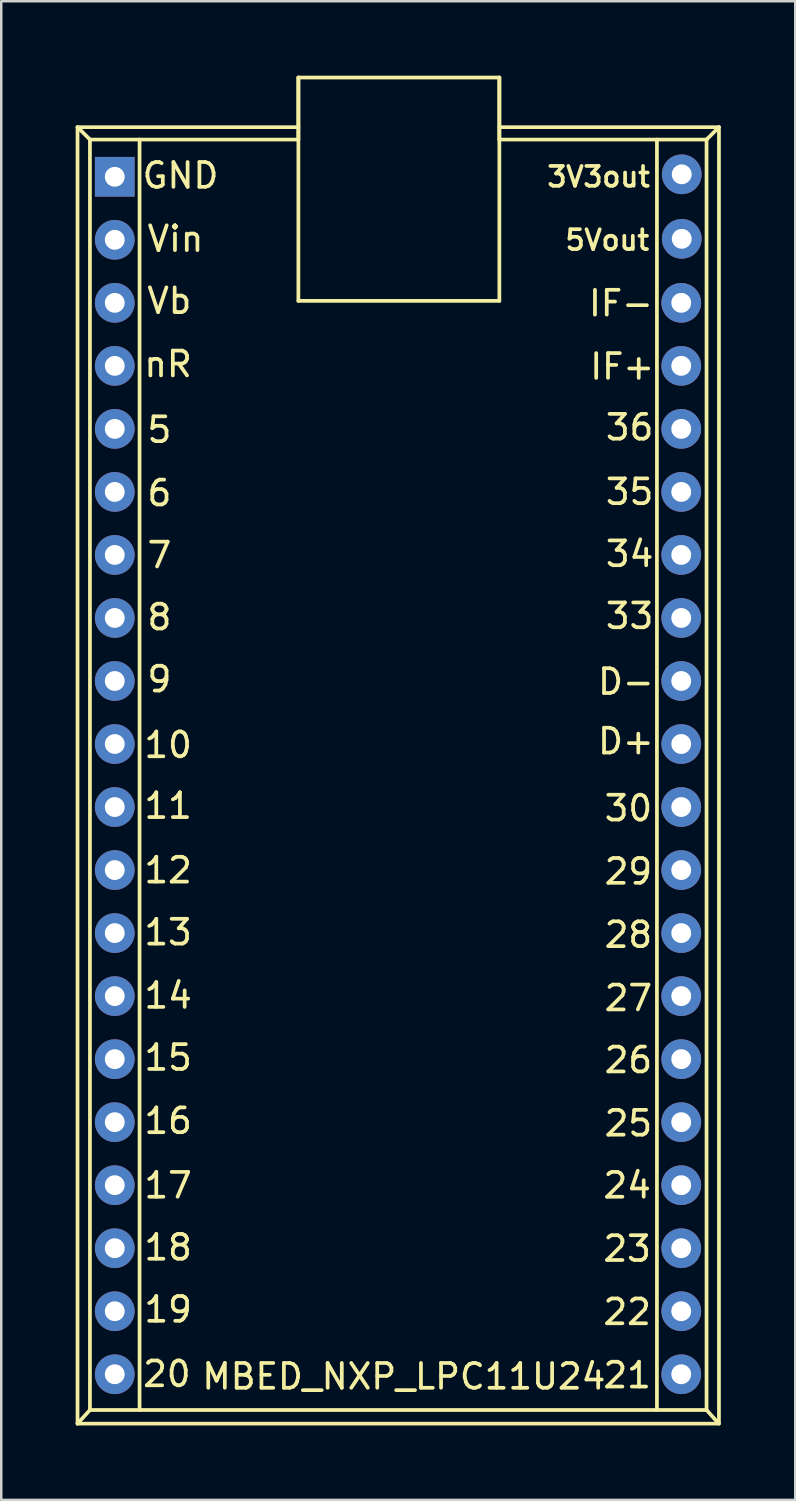
<source format=kicad_pcb>
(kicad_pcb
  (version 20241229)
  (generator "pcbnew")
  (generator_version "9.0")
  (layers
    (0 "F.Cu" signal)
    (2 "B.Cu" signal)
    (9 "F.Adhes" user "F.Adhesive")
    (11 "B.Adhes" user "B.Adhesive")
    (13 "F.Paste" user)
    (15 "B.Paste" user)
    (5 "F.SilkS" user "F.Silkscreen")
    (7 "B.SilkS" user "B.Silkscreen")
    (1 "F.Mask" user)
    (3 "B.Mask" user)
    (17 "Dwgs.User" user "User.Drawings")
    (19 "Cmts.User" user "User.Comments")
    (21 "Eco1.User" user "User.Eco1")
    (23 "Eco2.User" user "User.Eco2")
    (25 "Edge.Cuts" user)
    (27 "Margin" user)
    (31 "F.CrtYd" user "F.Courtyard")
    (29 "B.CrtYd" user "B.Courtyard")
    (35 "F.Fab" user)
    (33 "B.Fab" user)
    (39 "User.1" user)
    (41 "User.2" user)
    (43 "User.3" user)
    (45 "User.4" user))
  (footprint "MBED_NXP_LPC11U24"
    (layer "F.Cu")
    (at 13.025 25.575)
    (property "Reference" "MBED_NXP_LPC11U24" (at 0.2 26.85 0) (layer "F.SilkS") (effects (font (size 1 1) (thickness 0.15))))
    (attr through_hole)
    (fp_line (start -12.95 -23.5) (end -4.05 -23.5) (stroke (width 0.15) (type solid)) (layer "F.SilkS"))
    (fp_line (start -12.95 28.75) (end -12.95 -23.5) (stroke (width 0.15) (type solid)) (layer "F.SilkS"))
    (fp_line (start -12.95 28.75) (end -12.45 28.2) (stroke (width 0.15) (type solid)) (layer "F.SilkS"))
    (fp_line (start -12.45 -23) (end -12.95 -23.5) (stroke (width 0.15) (type solid)) (layer "F.SilkS"))
    (fp_line (start -12.45 -23) (end -4.05 -23) (stroke (width 0.15) (type solid)) (layer "F.SilkS"))
    (fp_line (start -12.45 28.2) (end -12.45 -23) (stroke (width 0.15) (type solid)) (layer "F.SilkS"))
    (fp_line (start -10.45 -23) (end -10.45 28.2) (stroke (width 0.15) (type solid)) (layer "F.SilkS"))
    (fp_line (start -4.05 -25.5) (end -4.05 -23) (stroke (width 0.15) (type solid)) (layer "F.SilkS"))
    (fp_line (start -4.05 -25.5) (end -4.05 -16.5) (stroke (width 0.15) (type solid)) (layer "F.SilkS"))
    (fp_line (start -4.05 -16.5) (end 4.05 -16.5) (stroke (width 0.15) (type solid)) (layer "F.SilkS"))
    (fp_line (start 4.05 -25.5) (end -4.05 -25.5) (stroke (width 0.15) (type solid)) (layer "F.SilkS"))
    (fp_line (start 4.05 -25.5) (end 4.05 -16.5) (stroke (width 0.15) (type solid)) (layer "F.SilkS"))
    (fp_line (start 4.05 -23) (end 4.05 -25.5) (stroke (width 0.15) (type solid)) (layer "F.SilkS"))
    (fp_line (start 4.05 -23) (end 12.4 -23) (stroke (width 0.15) (type solid)) (layer "F.SilkS"))
    (fp_line (start 10.4 28.2) (end 10.4 -23) (stroke (width 0.15) (type solid)) (layer "F.SilkS"))
    (fp_line (start 12.4 -23) (end 12.9 -23.5) (stroke (width 0.15) (type solid)) (layer "F.SilkS"))
    (fp_line (start 12.4 28.2) (end -12.45 28.2) (stroke (width 0.15) (type solid)) (layer "F.SilkS"))
    (fp_line (start 12.4 28.2) (end 12.4 -23) (stroke (width 0.15) (type solid)) (layer "F.SilkS"))
    (fp_line (start 12.4 28.2) (end 12.85 28.7) (stroke (width 0.15) (type solid)) (layer "F.SilkS"))
    (fp_line (start 12.9 -23.5) (end 4.05 -23.5) (stroke (width 0.15) (type solid)) (layer "F.SilkS"))
    (fp_line (start 12.9 -23.5) (end 12.9 28.75) (stroke (width 0.15) (type solid)) (layer "F.SilkS"))
    (fp_line (start 12.9 28.75) (end -12.95 28.75) (stroke (width 0.15) (type solid)) (layer "F.SilkS"))
    (fp_text user "22" (at 9.2 24.25 0) (layer "F.SilkS") (effects (font (size 1 1) (thickness 0.15))))
    (fp_text user "5Vout" (at 8.4 -18.95 0) (layer "F.SilkS") (effects (font (size 0.8 0.8) (thickness 0.15))))
    (fp_text user "Vb" (at -9.25 -16.5 0) (layer "F.SilkS") (effects (font (size 1 1) (thickness 0.15))))
    (fp_text user "33" (at 9.3 -3.8 0) (layer "F.SilkS") (effects (font (size 1 1) (thickness 0.15))))
    (fp_text user "15" (at -9.3 14 0) (layer "F.SilkS") (effects (font (size 1 1) (thickness 0.15))))
    (fp_text user "35" (at 9.3 -8.8 0) (layer "F.SilkS") (effects (font (size 1 1) (thickness 0.15))))
    (fp_text user "GND" (at -8.8 -21.55 0) (layer "F.SilkS") (effects (font (size 1 1) (thickness 0.15))))
    (fp_text user "24" (at 9.2 19.15 0) (layer "F.SilkS") (effects (font (size 1 1) (thickness 0.15))))
    (fp_text user "21" (at 9.2 26.8 0) (layer "F.SilkS") (effects (font (size 1 1) (thickness 0.15))))
    (fp_text user "3V3out" (at 8.05 -21.5 0) (layer "F.SilkS") (effects (font (size 0.8 0.8) (thickness 0.15))))
    (fp_text user "36" (at 9.3 -11.4 0) (layer "F.SilkS") (effects (font (size 1 1) (thickness 0.15))))
    (fp_text user "11" (at -9.3 3.85 0) (layer "F.SilkS") (effects (font (size 1 1) (thickness 0.15))))
    (fp_text user "9" (at -9.65 -1.25 0) (layer "F.SilkS") (effects (font (size 1 1) (thickness 0.15))))
    (fp_text user "14" (at -9.3 11.5 0) (layer "F.SilkS") (effects (font (size 1 1) (thickness 0.15))))
    (fp_text user "12" (at -9.3 6.45 0) (layer "F.SilkS") (effects (font (size 1 1) (thickness 0.15))))
    (fp_text user "20" (at -9.35 26.75 0) (layer "F.SilkS") (effects (font (size 1 1) (thickness 0.15))))
    (fp_text user "16" (at -9.3 16.55 0) (layer "F.SilkS") (effects (font (size 1 1) (thickness 0.15))))
    (fp_text user "19" (at -9.3 24.15 0) (layer "F.SilkS") (effects (font (size 1 1) (thickness 0.15))))
    (fp_text user "nR" (at -9.3 -13.95 0) (layer "F.SilkS") (effects (font (size 1 1) (thickness 0.15))))
    (fp_text user "30" (at 9.25 3.95 0) (layer "F.SilkS") (effects (font (size 1 1) (thickness 0.15))))
    (fp_text user "25" (at 9.25 16.65 0) (layer "F.SilkS") (effects (font (size 1 1) (thickness 0.15))))
    (fp_text user "18" (at -9.3 21.65 0) (layer "F.SilkS") (effects (font (size 1 1) (thickness 0.15))))
    (fp_text user "6" (at -9.65 -8.75 0) (layer "F.SilkS") (effects (font (size 1 1) (thickness 0.15))))
    (fp_text user "10" (at -9.3 1.4 0) (layer "F.SilkS") (effects (font (size 1 1) (thickness 0.15))))
    (fp_text user "D+" (at 9.15 1.25 0) (layer "F.SilkS") (effects (font (size 1 1) (thickness 0.15))))
    (fp_text user "34" (at 9.3 -6.3 0) (layer "F.SilkS") (effects (font (size 1 1) (thickness 0.15))))
    (fp_text user "26" (at 9.25 14.1 0) (layer "F.SilkS") (effects (font (size 1 1) (thickness 0.15))))
    (fp_text user "IF+" (at 9 -13.85 0) (layer "F.SilkS") (effects (font (size 1 1) (thickness 0.15))))
    (fp_text user "7" (at -9.65 -6.25 0) (layer "F.SilkS") (effects (font (size 1 1) (thickness 0.15))))
    (fp_text user "23" (at 9.2 21.7 0) (layer "F.SilkS") (effects (font (size 1 1) (thickness 0.15))))
    (fp_text user "27" (at 9.25 11.6 0) (layer "F.SilkS") (effects (font (size 1 1) (thickness 0.15))))
    (fp_text user "5" (at -9.65 -11.3 0) (layer "F.SilkS") (effects (font (size 1 1) (thickness 0.15))))
    (fp_text user "28" (at 9.25 9.05 0) (layer "F.SilkS") (effects (font (size 1 1) (thickness 0.15))))
    (fp_text user "D-" (at 9.15 -1.15 0) (layer "F.SilkS") (effects (font (size 1 1) (thickness 0.15))))
    (fp_text user "13" (at -9.3 8.95 0) (layer "F.SilkS") (effects (font (size 1 1) (thickness 0.15))))
    (fp_text user "29" (at 9.25 6.5 0) (layer "F.SilkS") (effects (font (size 1 1) (thickness 0.15))))
    (fp_text user "IF-" (at 8.95 -16.4 0) (layer "F.SilkS") (effects (font (size 1 1) (thickness 0.15))))
    (fp_text user "8" (at -9.65 -3.75 0) (layer "F.SilkS") (effects (font (size 1 1) (thickness 0.15))))
    (fp_text user "Vin" (at -9 -19 0) (layer "F.SilkS") (effects (font (size 1 1) (thickness 0.15))))
    (fp_text user "17" (at -9.3 19.15 0) (layer "F.SilkS") (effects (font (size 1 1) (thickness 0.15))))
    (pad "1" thru_hole rect (at -11.45 -21.5) (size 1.6 1.6) (drill 0.8) (layers "*.Cu" "*.Mask"))
    (pad "2" thru_hole oval (at -11.45 -18.96) (size 1.6 1.6) (drill 0.8) (layers "*.Cu" "*.Mask"))
    (pad "3" thru_hole oval (at -11.45 -16.42) (size 1.6 1.6) (drill 0.8) (layers "*.Cu" "*.Mask"))
    (pad "4" thru_hole oval (at -11.45 -13.88) (size 1.6 1.6) (drill 0.8) (layers "*.Cu" "*.Mask"))
    (pad "5" thru_hole oval (at -11.45 -11.34) (size 1.6 1.6) (drill 0.8) (layers "*.Cu" "*.Mask"))
    (pad "6" thru_hole oval (at -11.45 -8.8) (size 1.6 1.6) (drill 0.8) (layers "*.Cu" "*.Mask"))
    (pad "7" thru_hole oval (at -11.45 -6.26) (size 1.6 1.6) (drill 0.8) (layers "*.Cu" "*.Mask"))
    (pad "8" thru_hole oval (at -11.45 -3.72) (size 1.6 1.6) (drill 0.8) (layers "*.Cu" "*.Mask"))
    (pad "9" thru_hole oval (at -11.45 -1.18) (size 1.6 1.6) (drill 0.8) (layers "*.Cu" "*.Mask"))
    (pad "10" thru_hole oval (at -11.45 1.36) (size 1.6 1.6) (drill 0.8) (layers "*.Cu" "*.Mask"))
    (pad "11" thru_hole oval (at -11.45 3.9) (size 1.6 1.6) (drill 0.8) (layers "*.Cu" "*.Mask"))
    (pad "12" thru_hole oval (at -11.45 6.44) (size 1.6 1.6) (drill 0.8) (layers "*.Cu" "*.Mask"))
    (pad "13" thru_hole oval (at -11.45 8.98) (size 1.6 1.6) (drill 0.8) (layers "*.Cu" "*.Mask"))
    (pad "14" thru_hole oval (at -11.45 11.52) (size 1.6 1.6) (drill 0.8) (layers "*.Cu" "*.Mask"))
    (pad "15" thru_hole oval (at -11.45 14.06) (size 1.6 1.6) (drill 0.8) (layers "*.Cu" "*.Mask"))
    (pad "16" thru_hole oval (at -11.45 16.6) (size 1.6 1.6) (drill 0.8) (layers "*.Cu" "*.Mask"))
    (pad "17" thru_hole oval (at -11.45 19.14) (size 1.6 1.6) (drill 0.8) (layers "*.Cu" "*.Mask"))
    (pad "18" thru_hole oval (at -11.45 21.68) (size 1.6 1.6) (drill 0.8) (layers "*.Cu" "*.Mask"))
    (pad "19" thru_hole oval (at -11.45 24.22) (size 1.6 1.6) (drill 0.8) (layers "*.Cu" "*.Mask"))
    (pad "20" thru_hole oval (at -11.45 26.76) (size 1.6 1.6) (drill 0.8) (layers "*.Cu" "*.Mask"))
    (pad "21" thru_hole oval (at 11.38 26.76) (size 1.6 1.6) (drill 0.8) (layers "*.Cu" "*.Mask"))
    (pad "22" thru_hole oval (at 11.38 24.22) (size 1.6 1.6) (drill 0.8) (layers "*.Cu" "*.Mask"))
    (pad "23" thru_hole oval (at 11.38 21.68) (size 1.6 1.6) (drill 0.8) (layers "*.Cu" "*.Mask"))
    (pad "24" thru_hole oval (at 11.38 19.14) (size 1.6 1.6) (drill 0.8) (layers "*.Cu" "*.Mask"))
    (pad "25" thru_hole oval (at 11.38 16.6) (size 1.6 1.6) (drill 0.8) (layers "*.Cu" "*.Mask"))
    (pad "26" thru_hole oval (at 11.38 14.06) (size 1.6 1.6) (drill 0.8) (layers "*.Cu" "*.Mask"))
    (pad "27" thru_hole oval (at 11.38 11.52) (size 1.6 1.6) (drill 0.8) (layers "*.Cu" "*.Mask"))
    (pad "28" thru_hole oval (at 11.38 8.98) (size 1.6 1.6) (drill 0.8) (layers "*.Cu" "*.Mask"))
    (pad "29" thru_hole oval (at 11.38 6.44) (size 1.6 1.6) (drill 0.8) (layers "*.Cu" "*.Mask"))
    (pad "30" thru_hole oval (at 11.38 3.9) (size 1.6 1.6) (drill 0.8) (layers "*.Cu" "*.Mask"))
    (pad "31" thru_hole oval (at 11.38 1.36) (size 1.6 1.6) (drill 0.8) (layers "*.Cu" "*.Mask"))
    (pad "32" thru_hole oval (at 11.38 -1.18) (size 1.6 1.6) (drill 0.8) (layers "*.Cu" "*.Mask"))
    (pad "33" thru_hole oval (at 11.38 -3.72) (size 1.6 1.6) (drill 0.8) (layers "*.Cu" "*.Mask"))
    (pad "34" thru_hole oval (at 11.38 -6.26) (size 1.6 1.6) (drill 0.8) (layers "*.Cu" "*.Mask"))
    (pad "35" thru_hole oval (at 11.38 -8.8) (size 1.6 1.6) (drill 0.8) (layers "*.Cu" "*.Mask"))
    (pad "36" thru_hole oval (at 11.38 -11.34) (size 1.6 1.6) (drill 0.8) (layers "*.Cu" "*.Mask"))
    (pad "37" thru_hole oval (at 11.38 -13.88) (size 1.6 1.6) (drill 0.8) (layers "*.Cu" "*.Mask"))
    (pad "38" thru_hole oval (at 11.38 -16.42) (size 1.6 1.6) (drill 0.8) (layers "*.Cu" "*.Mask"))
    (pad "39" thru_hole oval (at 11.4 -19) (size 1.6 1.6) (drill 0.8) (layers "*.Cu" "*.Mask"))
    (pad "40" thru_hole oval (at 11.4 -21.6) (size 1.6 1.6) (drill 0.8) (layers "*.Cu" "*.Mask")))
  (gr_rect
    (start -3 -3)
    (end 29 57.4)
    (stroke (width 0.1) (type default))
    (fill no)
    (layer "Edge.Cuts")))
</source>
